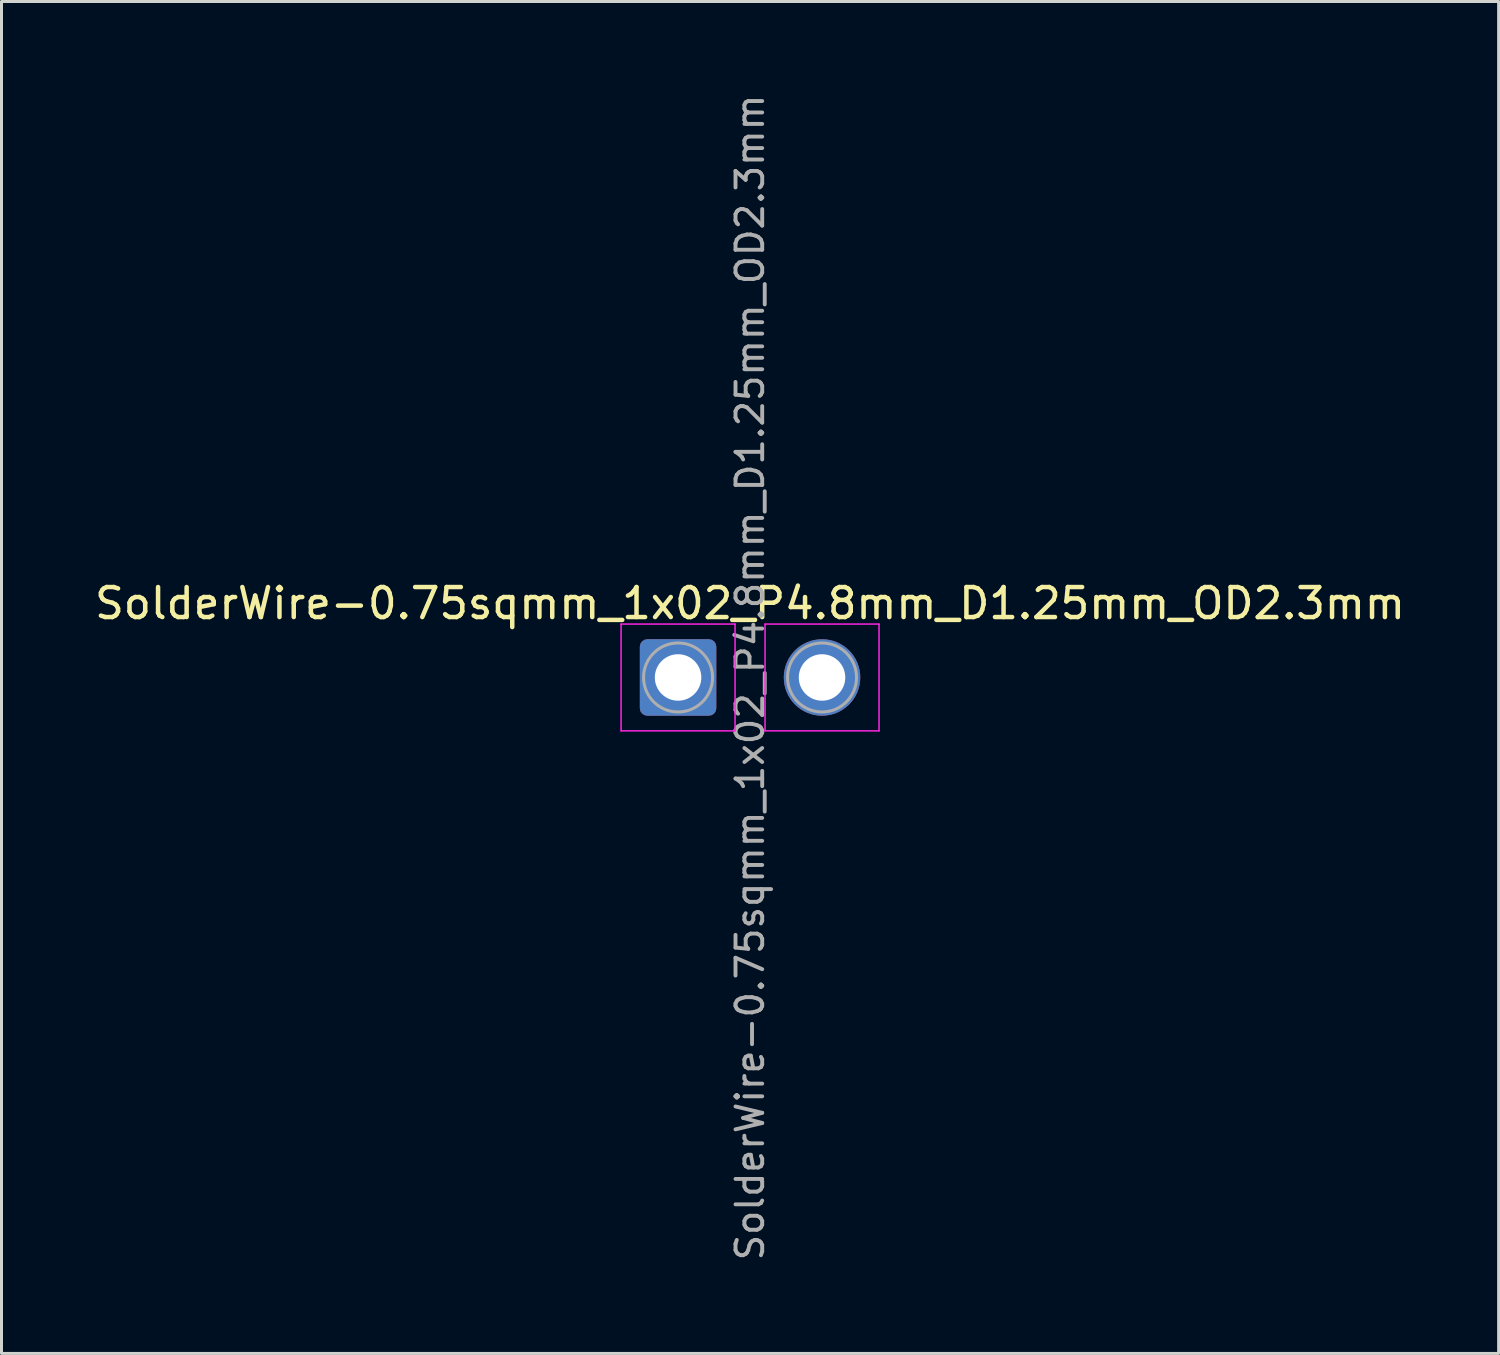
<source format=kicad_pcb>
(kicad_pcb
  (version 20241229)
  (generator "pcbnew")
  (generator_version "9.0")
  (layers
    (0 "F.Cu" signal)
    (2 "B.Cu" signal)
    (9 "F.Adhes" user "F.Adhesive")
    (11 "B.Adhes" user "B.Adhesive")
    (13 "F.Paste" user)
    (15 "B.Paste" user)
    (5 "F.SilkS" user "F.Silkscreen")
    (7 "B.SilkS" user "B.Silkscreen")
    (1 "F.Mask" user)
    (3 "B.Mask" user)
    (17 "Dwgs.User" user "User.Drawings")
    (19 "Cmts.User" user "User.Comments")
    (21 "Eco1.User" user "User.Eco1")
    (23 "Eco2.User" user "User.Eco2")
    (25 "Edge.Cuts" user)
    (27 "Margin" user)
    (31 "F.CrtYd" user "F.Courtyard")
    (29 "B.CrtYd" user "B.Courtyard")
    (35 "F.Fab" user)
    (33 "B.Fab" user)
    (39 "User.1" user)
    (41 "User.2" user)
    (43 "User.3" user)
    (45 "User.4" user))
  (footprint "SolderWire-0.75sqmm_1x02_P4.8mm_D1.25mm_OD2.3mm"
    (layer "F.Cu")
    (at 19.558 19.538)
    (property "Reference" "SolderWire-0.75sqmm_1x02_P4.8mm_D1.25mm_OD2.3mm" (at 2.4 -2.47 0) (layer "F.SilkS") (effects (font (size 1 1) (thickness 0.15))))
    (attr exclude_from_pos_files exclude_from_bom)
    (fp_line (start -1.9 -1.78) (end -1.9 1.78) (stroke (width 0.05) (type solid)) (layer "F.CrtYd"))
    (fp_line (start -1.9 1.78) (end 1.9 1.78) (stroke (width 0.05) (type solid)) (layer "F.CrtYd"))
    (fp_line (start 1.9 -1.78) (end -1.9 -1.78) (stroke (width 0.05) (type solid)) (layer "F.CrtYd"))
    (fp_line (start 1.9 1.78) (end 1.9 -1.78) (stroke (width 0.05) (type solid)) (layer "F.CrtYd"))
    (fp_line (start 2.9 -1.78) (end 2.9 1.78) (stroke (width 0.05) (type solid)) (layer "F.CrtYd"))
    (fp_line (start 2.9 1.78) (end 6.7 1.78) (stroke (width 0.05) (type solid)) (layer "F.CrtYd"))
    (fp_line (start 6.7 -1.78) (end 2.9 -1.78) (stroke (width 0.05) (type solid)) (layer "F.CrtYd"))
    (fp_line (start 6.7 1.78) (end 6.7 -1.78) (stroke (width 0.05) (type solid)) (layer "F.CrtYd"))
    (fp_circle (center 0 0) (end 1.15 0) (stroke (width 0.1) (type solid)) (fill no) (layer "F.Fab"))
    (fp_circle (center 4.8 0) (end 5.95 0) (stroke (width 0.1) (type solid)) (fill no) (layer "F.Fab"))
    (fp_text user "${REFERENCE}" (at 2.4 0 90) (layer "F.Fab") (effects (font (size 0.89 0.89) (thickness 0.13))))
    (pad "1" thru_hole roundrect (at 0 0) (size 2.55 2.55) (drill 1.55) (layers "*.Cu" "*.Mask") (roundrect_rratio 0.098))
    (pad "2" thru_hole circle (at 4.8 0) (size 2.55 2.55) (drill 1.55) (layers "*.Cu" "*.Mask")))
  (gr_rect
    (start -3 -3)
    (end 46.917 42.075)
    (stroke (width 0.1) (type default))
    (fill no)
    (layer "Edge.Cuts")))
</source>
